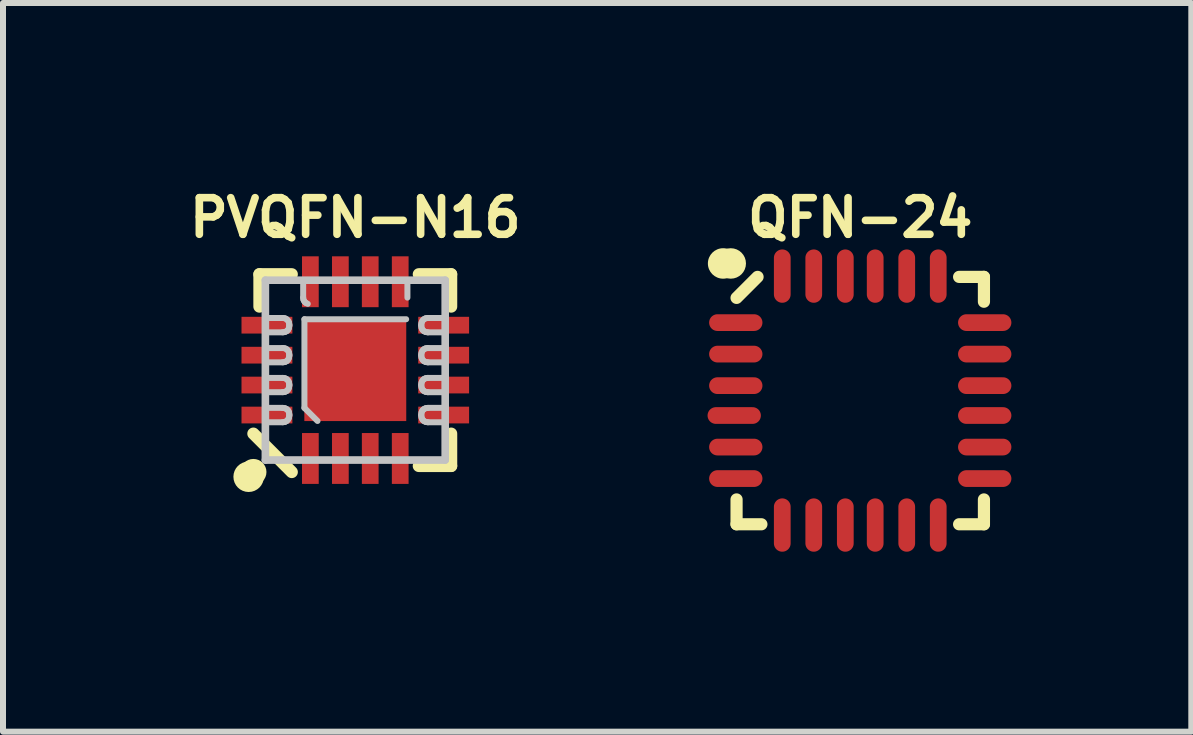
<source format=kicad_pcb>
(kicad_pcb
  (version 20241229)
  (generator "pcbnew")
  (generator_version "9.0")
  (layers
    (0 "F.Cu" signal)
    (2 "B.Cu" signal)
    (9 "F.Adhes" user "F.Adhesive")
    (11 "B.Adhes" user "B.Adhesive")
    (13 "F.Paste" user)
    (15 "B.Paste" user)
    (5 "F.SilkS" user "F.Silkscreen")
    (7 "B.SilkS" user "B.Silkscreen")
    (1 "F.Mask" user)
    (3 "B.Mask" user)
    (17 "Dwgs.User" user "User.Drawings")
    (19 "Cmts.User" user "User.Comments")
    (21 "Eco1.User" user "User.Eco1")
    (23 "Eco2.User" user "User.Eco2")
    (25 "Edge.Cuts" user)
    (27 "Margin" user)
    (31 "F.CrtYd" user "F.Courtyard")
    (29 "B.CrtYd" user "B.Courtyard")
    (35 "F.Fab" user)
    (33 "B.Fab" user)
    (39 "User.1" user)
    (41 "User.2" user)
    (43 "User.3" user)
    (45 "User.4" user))
  (footprint "QFN-24"
    (layer "F.Cu")
    (at 11.291 3.628)
    (property "Reference" "QFN-24" (at 0 -3.048 0) (layer "F.SilkS") (effects (font (size 0.61 0.61) (thickness 0.127))))
    (attr smd)
    (fp_line (start -2.062 2.062) (end -2.062 1.648) (stroke (width 0.203) (type solid)) (layer "F.SilkS"))
    (fp_line (start -1.712 -2.062) (end -2.062 -1.712) (stroke (width 0.203) (type solid)) (layer "F.SilkS"))
    (fp_line (start -1.648 2.062) (end -2.062 2.062) (stroke (width 0.203) (type solid)) (layer "F.SilkS"))
    (fp_line (start 1.648 2.062) (end 2.062 2.062) (stroke (width 0.203) (type solid)) (layer "F.SilkS"))
    (fp_line (start 2.062 -2.062) (end 1.648 -2.062) (stroke (width 0.203) (type solid)) (layer "F.SilkS"))
    (fp_line (start 2.062 -1.648) (end 2.062 -2.062) (stroke (width 0.203) (type solid)) (layer "F.SilkS"))
    (fp_line (start 2.062 1.648) (end 2.062 2.062) (stroke (width 0.203) (type solid)) (layer "F.SilkS"))
    (fp_circle (center -2.286 -2.286) (end -2.286 -2.54) (stroke (width 0) (type solid)) (fill yes) (layer "F.SilkS"))
    (fp_circle (center -2.159 -2.286) (end -2.032 -2.286) (stroke (width 0.254) (type solid)) (fill no) (layer "F.SilkS"))
    (pad "1" smd oval (at -2.075 -1.3 180) (size 0.889 0.279) (layers "F.Cu" "F.Mask" "F.Paste"))
    (pad "2" smd oval (at -2.075 -0.775 180) (size 0.889 0.279) (layers "F.Cu" "F.Mask" "F.Paste"))
    (pad "3" smd oval (at -2.075 -0.249 180) (size 0.889 0.279) (layers "F.Cu" "F.Mask" "F.Paste"))
    (pad "4" smd oval (at -2.101 0.249 180) (size 0.889 0.279) (layers "F.Cu" "F.Mask" "F.Paste"))
    (pad "5" smd oval (at -2.075 0.775 180) (size 0.889 0.279) (layers "F.Cu" "F.Mask" "F.Paste"))
    (pad "6" smd oval (at -2.075 1.3 180) (size 0.889 0.279) (layers "F.Cu" "F.Mask" "F.Paste"))
    (pad "7" smd oval (at -1.3 2.075 90) (size 0.889 0.279) (layers "F.Cu" "F.Mask" "F.Paste"))
    (pad "8" smd oval (at -0.775 2.075 90) (size 0.889 0.279) (layers "F.Cu" "F.Mask" "F.Paste"))
    (pad "9" smd oval (at -0.249 2.075 90) (size 0.889 0.279) (layers "F.Cu" "F.Mask" "F.Paste"))
    (pad "10" smd oval (at 0.249 2.075 90) (size 0.889 0.279) (layers "F.Cu" "F.Mask" "F.Paste"))
    (pad "11" smd oval (at 0.775 2.075 90) (size 0.889 0.279) (layers "F.Cu" "F.Mask" "F.Paste"))
    (pad "12" smd oval (at 1.3 2.075 90) (size 0.889 0.279) (layers "F.Cu" "F.Mask" "F.Paste"))
    (pad "13" smd oval (at 2.075 1.3) (size 0.889 0.279) (layers "F.Cu" "F.Mask" "F.Paste"))
    (pad "14" smd oval (at 2.075 0.775) (size 0.889 0.279) (layers "F.Cu" "F.Mask" "F.Paste"))
    (pad "15" smd oval (at 2.075 0.249) (size 0.889 0.279) (layers "F.Cu" "F.Mask" "F.Paste"))
    (pad "16" smd oval (at 2.075 -0.249) (size 0.889 0.279) (layers "F.Cu" "F.Mask" "F.Paste"))
    (pad "17" smd oval (at 2.075 -0.775) (size 0.889 0.279) (layers "F.Cu" "F.Mask" "F.Paste"))
    (pad "18" smd oval (at 2.075 -1.3) (size 0.889 0.279) (layers "F.Cu" "F.Mask" "F.Paste"))
    (pad "19" smd oval (at 1.3 -2.075 270) (size 0.889 0.279) (layers "F.Cu" "F.Mask" "F.Paste"))
    (pad "20" smd oval (at 0.775 -2.075 270) (size 0.889 0.279) (layers "F.Cu" "F.Mask" "F.Paste"))
    (pad "21" smd oval (at 0.249 -2.075 270) (size 0.889 0.279) (layers "F.Cu" "F.Mask" "F.Paste"))
    (pad "22" smd oval (at -0.249 -2.075 270) (size 0.889 0.279) (layers "F.Cu" "F.Mask" "F.Paste"))
    (pad "23" smd oval (at -0.775 -2.075 270) (size 0.889 0.279) (layers "F.Cu" "F.Mask" "F.Paste"))
    (pad "24" smd oval (at -1.3 -2.075 270) (size 0.889 0.279) (layers "F.Cu" "F.Mask" "F.Paste")))
  (footprint "PVQFN-N16"
    (layer "F.Cu")
    (at 2.873 3.12)
    (property "Reference" "PVQFN-N16" (at 0 -2.54 0) (layer "F.SilkS") (effects (font (size 0.61 0.61) (thickness 0.127))))
    (attr smd)
    (fp_line (start -1.699 1.059) (end -1.059 1.699) (stroke (width 0.203) (type solid)) (layer "F.SilkS"))
    (fp_line (start -1.598 -1.059) (end -1.598 -1.598) (stroke (width 0.203) (type solid)) (layer "F.SilkS"))
    (fp_line (start -1.059 -1.598) (end -1.598 -1.598) (stroke (width 0.203) (type solid)) (layer "F.SilkS"))
    (fp_line (start 1.059 -1.598) (end 1.598 -1.598) (stroke (width 0.203) (type solid)) (layer "F.SilkS"))
    (fp_line (start 1.059 1.598) (end 1.598 1.598) (stroke (width 0.203) (type solid)) (layer "F.SilkS"))
    (fp_line (start 1.598 -1.059) (end 1.598 -1.598) (stroke (width 0.203) (type solid)) (layer "F.SilkS"))
    (fp_line (start 1.598 1.059) (end 1.598 1.598) (stroke (width 0.203) (type solid)) (layer "F.SilkS"))
    (fp_circle (center -1.778 1.778) (end -1.651 1.778) (stroke (width 0.254) (type solid)) (fill no) (layer "F.SilkS"))
    (fp_circle (center -1.699 1.699) (end -1.699 1.481) (stroke (width 0) (type solid)) (fill yes) (layer "F.SilkS"))
    (fp_line (start -0.635 -0.635) (end -0.254 -0.635) (stroke (width 0.254) (type solid)) (layer "F.Paste"))
    (fp_line (start -0.635 -0.635) (end -0.254 -0.254) (stroke (width 0.254) (type solid)) (layer "F.Paste"))
    (fp_line (start -0.635 -0.254) (end -0.635 -0.635) (stroke (width 0.254) (type solid)) (layer "F.Paste"))
    (fp_line (start -0.635 0.254) (end -0.254 0.254) (stroke (width 0.254) (type solid)) (layer "F.Paste"))
    (fp_line (start -0.635 0.254) (end -0.254 0.635) (stroke (width 0.254) (type solid)) (layer "F.Paste"))
    (fp_line (start -0.635 0.635) (end -0.635 0.254) (stroke (width 0.254) (type solid)) (layer "F.Paste"))
    (fp_line (start -0.254 -0.635) (end -0.254 -0.254) (stroke (width 0.254) (type solid)) (layer "F.Paste"))
    (fp_line (start -0.254 -0.254) (end -0.635 -0.254) (stroke (width 0.254) (type solid)) (layer "F.Paste"))
    (fp_line (start -0.254 0.254) (end -0.254 0.635) (stroke (width 0.254) (type solid)) (layer "F.Paste"))
    (fp_line (start -0.254 0.635) (end -0.635 0.635) (stroke (width 0.254) (type solid)) (layer "F.Paste"))
    (fp_line (start 0.254 -0.635) (end 0.635 -0.635) (stroke (width 0.254) (type solid)) (layer "F.Paste"))
    (fp_line (start 0.254 -0.635) (end 0.635 -0.254) (stroke (width 0.254) (type solid)) (layer "F.Paste"))
    (fp_line (start 0.254 -0.254) (end 0.254 -0.635) (stroke (width 0.254) (type solid)) (layer "F.Paste"))
    (fp_line (start 0.254 0.254) (end 0.635 0.254) (stroke (width 0.254) (type solid)) (layer "F.Paste"))
    (fp_line (start 0.254 0.254) (end 0.635 0.635) (stroke (width 0.254) (type solid)) (layer "F.Paste"))
    (fp_line (start 0.254 0.635) (end 0.254 0.254) (stroke (width 0.254) (type solid)) (layer "F.Paste"))
    (fp_line (start 0.635 -0.635) (end 0.635 -0.254) (stroke (width 0.254) (type solid)) (layer "F.Paste"))
    (fp_line (start 0.635 -0.254) (end 0.254 -0.254) (stroke (width 0.254) (type solid)) (layer "F.Paste"))
    (fp_line (start 0.635 0.254) (end 0.635 0.635) (stroke (width 0.254) (type solid)) (layer "F.Paste"))
    (fp_line (start 0.635 0.635) (end 0.254 0.635) (stroke (width 0.254) (type solid)) (layer "F.Paste"))
    (fp_line (start -1.499 -1.499) (end -1.499 1.499) (stroke (width 0.127) (type solid)) (layer "Dwgs.User"))
    (fp_line (start -1.499 -0.63) (end -1.209 -0.63) (stroke (width 0.1) (type solid)) (layer "Dwgs.User"))
    (fp_line (start -1.499 -0.13) (end -1.209 -0.13) (stroke (width 0.1) (type solid)) (layer "Dwgs.User"))
    (fp_line (start -1.499 0.368) (end -1.209 0.368) (stroke (width 0.1) (type solid)) (layer "Dwgs.User"))
    (fp_line (start -1.499 0.63) (end -1.499 0.869) (stroke (width 0.1) (type solid)) (layer "Dwgs.User"))
    (fp_line (start -1.499 0.869) (end -1.209 0.869) (stroke (width 0.1) (type solid)) (layer "Dwgs.User"))
    (fp_line (start -1.499 1.499) (end 1.499 1.499) (stroke (width 0.127) (type solid)) (layer "Dwgs.User"))
    (fp_line (start -1.209 -0.869) (end -1.499 -0.869) (stroke (width 0.1) (type solid)) (layer "Dwgs.User"))
    (fp_line (start -1.209 -0.63) (end -1.173 -0.635) (stroke (width 0.1) (type solid)) (layer "Dwgs.User"))
    (fp_line (start -1.209 -0.368) (end -1.499 -0.368) (stroke (width 0.1) (type solid)) (layer "Dwgs.User"))
    (fp_line (start -1.209 -0.13) (end -1.173 -0.135) (stroke (width 0.1) (type solid)) (layer "Dwgs.User"))
    (fp_line (start -1.209 0.13) (end -1.499 0.13) (stroke (width 0.1) (type solid)) (layer "Dwgs.User"))
    (fp_line (start -1.209 0.368) (end -1.173 0.363) (stroke (width 0.1) (type solid)) (layer "Dwgs.User"))
    (fp_line (start -1.209 0.63) (end -1.499 0.63) (stroke (width 0.1) (type solid)) (layer "Dwgs.User"))
    (fp_line (start -1.209 0.869) (end -1.173 0.864) (stroke (width 0.1) (type solid)) (layer "Dwgs.User"))
    (fp_line (start -1.173 -0.864) (end -1.209 -0.869) (stroke (width 0.1) (type solid)) (layer "Dwgs.User"))
    (fp_line (start -1.173 -0.635) (end -1.143 -0.65) (stroke (width 0.1) (type solid)) (layer "Dwgs.User"))
    (fp_line (start -1.173 -0.363) (end -1.209 -0.368) (stroke (width 0.1) (type solid)) (layer "Dwgs.User"))
    (fp_line (start -1.173 -0.135) (end -1.143 -0.15) (stroke (width 0.1) (type solid)) (layer "Dwgs.User"))
    (fp_line (start -1.173 0.135) (end -1.209 0.13) (stroke (width 0.1) (type solid)) (layer "Dwgs.User"))
    (fp_line (start -1.173 0.363) (end -1.143 0.348) (stroke (width 0.1) (type solid)) (layer "Dwgs.User"))
    (fp_line (start -1.173 0.635) (end -1.209 0.63) (stroke (width 0.1) (type solid)) (layer "Dwgs.User"))
    (fp_line (start -1.173 0.864) (end -1.143 0.848) (stroke (width 0.1) (type solid)) (layer "Dwgs.User"))
    (fp_line (start -1.143 -0.848) (end -1.173 -0.864) (stroke (width 0.1) (type solid)) (layer "Dwgs.User"))
    (fp_line (start -1.143 -0.65) (end -1.12 -0.673) (stroke (width 0.1) (type solid)) (layer "Dwgs.User"))
    (fp_line (start -1.143 -0.348) (end -1.173 -0.363) (stroke (width 0.1) (type solid)) (layer "Dwgs.User"))
    (fp_line (start -1.143 -0.15) (end -1.12 -0.175) (stroke (width 0.1) (type solid)) (layer "Dwgs.User"))
    (fp_line (start -1.143 0.15) (end -1.173 0.135) (stroke (width 0.1) (type solid)) (layer "Dwgs.User"))
    (fp_line (start -1.143 0.348) (end -1.12 0.323) (stroke (width 0.1) (type solid)) (layer "Dwgs.User"))
    (fp_line (start -1.143 0.65) (end -1.173 0.635) (stroke (width 0.1) (type solid)) (layer "Dwgs.User"))
    (fp_line (start -1.143 0.848) (end -1.12 0.823) (stroke (width 0.1) (type solid)) (layer "Dwgs.User"))
    (fp_line (start -1.12 -0.823) (end -1.143 -0.848) (stroke (width 0.1) (type solid)) (layer "Dwgs.User"))
    (fp_line (start -1.12 -0.673) (end -1.105 -0.704) (stroke (width 0.1) (type solid)) (layer "Dwgs.User"))
    (fp_line (start -1.12 -0.323) (end -1.143 -0.348) (stroke (width 0.1) (type solid)) (layer "Dwgs.User"))
    (fp_line (start -1.12 -0.175) (end -1.105 -0.206) (stroke (width 0.1) (type solid)) (layer "Dwgs.User"))
    (fp_line (start -1.12 0.175) (end -1.143 0.15) (stroke (width 0.1) (type solid)) (layer "Dwgs.User"))
    (fp_line (start -1.12 0.323) (end -1.105 0.292) (stroke (width 0.1) (type solid)) (layer "Dwgs.User"))
    (fp_line (start -1.12 0.673) (end -1.143 0.65) (stroke (width 0.1) (type solid)) (layer "Dwgs.User"))
    (fp_line (start -1.12 0.823) (end -1.105 0.792) (stroke (width 0.1) (type solid)) (layer "Dwgs.User"))
    (fp_line (start -1.105 -0.792) (end -1.12 -0.823) (stroke (width 0.1) (type solid)) (layer "Dwgs.User"))
    (fp_line (start -1.105 -0.704) (end -1.1 -0.739) (stroke (width 0.1) (type solid)) (layer "Dwgs.User"))
    (fp_line (start -1.105 -0.292) (end -1.12 -0.323) (stroke (width 0.1) (type solid)) (layer "Dwgs.User"))
    (fp_line (start -1.105 -0.206) (end -1.1 -0.239) (stroke (width 0.1) (type solid)) (layer "Dwgs.User"))
    (fp_line (start -1.105 0.206) (end -1.12 0.175) (stroke (width 0.1) (type solid)) (layer "Dwgs.User"))
    (fp_line (start -1.105 0.292) (end -1.1 0.259) (stroke (width 0.1) (type solid)) (layer "Dwgs.User"))
    (fp_line (start -1.105 0.704) (end -1.12 0.673) (stroke (width 0.1) (type solid)) (layer "Dwgs.User"))
    (fp_line (start -1.105 0.792) (end -1.1 0.759) (stroke (width 0.1) (type solid)) (layer "Dwgs.User"))
    (fp_line (start -1.1 -0.759) (end -1.105 -0.792) (stroke (width 0.1) (type solid)) (layer "Dwgs.User"))
    (fp_line (start -1.1 -0.739) (end -1.1 -0.759) (stroke (width 0.1) (type solid)) (layer "Dwgs.User"))
    (fp_line (start -1.1 -0.259) (end -1.105 -0.292) (stroke (width 0.1) (type solid)) (layer "Dwgs.User"))
    (fp_line (start -1.1 -0.239) (end -1.1 -0.259) (stroke (width 0.1) (type solid)) (layer "Dwgs.User"))
    (fp_line (start -1.1 0.239) (end -1.105 0.206) (stroke (width 0.1) (type solid)) (layer "Dwgs.User"))
    (fp_line (start -1.1 0.259) (end -1.1 0.239) (stroke (width 0.1) (type solid)) (layer "Dwgs.User"))
    (fp_line (start -1.1 0.739) (end -1.105 0.704) (stroke (width 0.1) (type solid)) (layer "Dwgs.User"))
    (fp_line (start -1.1 0.759) (end -1.1 0.739) (stroke (width 0.1) (type solid)) (layer "Dwgs.User"))
    (fp_line (start -0.869 -1.499) (end -0.869 -1.209) (stroke (width 0.1) (type solid)) (layer "Dwgs.User"))
    (fp_line (start -0.869 -1.209) (end -0.864 -1.173) (stroke (width 0.1) (type solid)) (layer "Dwgs.User"))
    (fp_line (start -0.864 -1.173) (end -0.848 -1.143) (stroke (width 0.1) (type solid)) (layer "Dwgs.User"))
    (fp_line (start -0.848 -1.143) (end -0.823 -1.12) (stroke (width 0.1) (type solid)) (layer "Dwgs.User"))
    (fp_line (start -0.848 -0.848) (end -0.848 0.63) (stroke (width 0.1) (type solid)) (layer "Dwgs.User"))
    (fp_line (start -0.848 0.63) (end -0.63 0.848) (stroke (width 0.1) (type solid)) (layer "Dwgs.User"))
    (fp_line (start -0.823 -1.12) (end -0.792 -1.105) (stroke (width 0.1) (type solid)) (layer "Dwgs.User"))
    (fp_line (start -0.63 -1.499) (end -0.869 -1.499) (stroke (width 0.1) (type solid)) (layer "Dwgs.User"))
    (fp_line (start 0.848 -0.848) (end -0.848 -0.848) (stroke (width 0.1) (type solid)) (layer "Dwgs.User"))
    (fp_line (start 0.869 -1.499) (end 0.63 -1.499) (stroke (width 0.1) (type solid)) (layer "Dwgs.User"))
    (fp_line (start 0.869 -1.209) (end 0.869 -1.499) (stroke (width 0.1) (type solid)) (layer "Dwgs.User"))
    (fp_line (start 1.1 -0.759) (end 1.1 -0.739) (stroke (width 0.1) (type solid)) (layer "Dwgs.User"))
    (fp_line (start 1.1 -0.739) (end 1.105 -0.704) (stroke (width 0.1) (type solid)) (layer "Dwgs.User"))
    (fp_line (start 1.1 -0.259) (end 1.1 -0.239) (stroke (width 0.1) (type solid)) (layer "Dwgs.User"))
    (fp_line (start 1.1 -0.239) (end 1.105 -0.206) (stroke (width 0.1) (type solid)) (layer "Dwgs.User"))
    (fp_line (start 1.1 0.239) (end 1.1 0.259) (stroke (width 0.1) (type solid)) (layer "Dwgs.User"))
    (fp_line (start 1.1 0.259) (end 1.105 0.292) (stroke (width 0.1) (type solid)) (layer "Dwgs.User"))
    (fp_line (start 1.1 0.739) (end 1.1 0.759) (stroke (width 0.1) (type solid)) (layer "Dwgs.User"))
    (fp_line (start 1.1 0.759) (end 1.105 0.792) (stroke (width 0.1) (type solid)) (layer "Dwgs.User"))
    (fp_line (start 1.105 -0.792) (end 1.1 -0.759) (stroke (width 0.1) (type solid)) (layer "Dwgs.User"))
    (fp_line (start 1.105 -0.704) (end 1.12 -0.673) (stroke (width 0.1) (type solid)) (layer "Dwgs.User"))
    (fp_line (start 1.105 -0.292) (end 1.1 -0.259) (stroke (width 0.1) (type solid)) (layer "Dwgs.User"))
    (fp_line (start 1.105 -0.206) (end 1.12 -0.175) (stroke (width 0.1) (type solid)) (layer "Dwgs.User"))
    (fp_line (start 1.105 0.206) (end 1.1 0.239) (stroke (width 0.1) (type solid)) (layer "Dwgs.User"))
    (fp_line (start 1.105 0.292) (end 1.12 0.323) (stroke (width 0.1) (type solid)) (layer "Dwgs.User"))
    (fp_line (start 1.105 0.704) (end 1.1 0.739) (stroke (width 0.1) (type solid)) (layer "Dwgs.User"))
    (fp_line (start 1.105 0.792) (end 1.12 0.823) (stroke (width 0.1) (type solid)) (layer "Dwgs.User"))
    (fp_line (start 1.12 -0.823) (end 1.105 -0.792) (stroke (width 0.1) (type solid)) (layer "Dwgs.User"))
    (fp_line (start 1.12 -0.673) (end 1.143 -0.65) (stroke (width 0.1) (type solid)) (layer "Dwgs.User"))
    (fp_line (start 1.12 -0.323) (end 1.105 -0.292) (stroke (width 0.1) (type solid)) (layer "Dwgs.User"))
    (fp_line (start 1.12 -0.175) (end 1.143 -0.15) (stroke (width 0.1) (type solid)) (layer "Dwgs.User"))
    (fp_line (start 1.12 0.175) (end 1.105 0.206) (stroke (width 0.1) (type solid)) (layer "Dwgs.User"))
    (fp_line (start 1.12 0.323) (end 1.143 0.348) (stroke (width 0.1) (type solid)) (layer "Dwgs.User"))
    (fp_line (start 1.12 0.673) (end 1.105 0.704) (stroke (width 0.1) (type solid)) (layer "Dwgs.User"))
    (fp_line (start 1.12 0.823) (end 1.143 0.848) (stroke (width 0.1) (type solid)) (layer "Dwgs.User"))
    (fp_line (start 1.143 -0.848) (end 1.12 -0.823) (stroke (width 0.1) (type solid)) (layer "Dwgs.User"))
    (fp_line (start 1.143 -0.65) (end 1.173 -0.635) (stroke (width 0.1) (type solid)) (layer "Dwgs.User"))
    (fp_line (start 1.143 -0.348) (end 1.12 -0.323) (stroke (width 0.1) (type solid)) (layer "Dwgs.User"))
    (fp_line (start 1.143 -0.15) (end 1.173 -0.135) (stroke (width 0.1) (type solid)) (layer "Dwgs.User"))
    (fp_line (start 1.143 0.15) (end 1.12 0.175) (stroke (width 0.1) (type solid)) (layer "Dwgs.User"))
    (fp_line (start 1.143 0.348) (end 1.173 0.363) (stroke (width 0.1) (type solid)) (layer "Dwgs.User"))
    (fp_line (start 1.143 0.65) (end 1.12 0.673) (stroke (width 0.1) (type solid)) (layer "Dwgs.User"))
    (fp_line (start 1.143 0.848) (end 1.173 0.864) (stroke (width 0.1) (type solid)) (layer "Dwgs.User"))
    (fp_line (start 1.173 -0.864) (end 1.143 -0.848) (stroke (width 0.1) (type solid)) (layer "Dwgs.User"))
    (fp_line (start 1.173 -0.635) (end 1.209 -0.63) (stroke (width 0.1) (type solid)) (layer "Dwgs.User"))
    (fp_line (start 1.173 -0.363) (end 1.143 -0.348) (stroke (width 0.1) (type solid)) (layer "Dwgs.User"))
    (fp_line (start 1.173 -0.135) (end 1.209 -0.13) (stroke (width 0.1) (type solid)) (layer "Dwgs.User"))
    (fp_line (start 1.173 0.135) (end 1.143 0.15) (stroke (width 0.1) (type solid)) (layer "Dwgs.User"))
    (fp_line (start 1.173 0.363) (end 1.209 0.368) (stroke (width 0.1) (type solid)) (layer "Dwgs.User"))
    (fp_line (start 1.173 0.635) (end 1.143 0.65) (stroke (width 0.1) (type solid)) (layer "Dwgs.User"))
    (fp_line (start 1.173 0.864) (end 1.209 0.869) (stroke (width 0.1) (type solid)) (layer "Dwgs.User"))
    (fp_line (start 1.209 -0.869) (end 1.173 -0.864) (stroke (width 0.1) (type solid)) (layer "Dwgs.User"))
    (fp_line (start 1.209 -0.63) (end 1.499 -0.63) (stroke (width 0.1) (type solid)) (layer "Dwgs.User"))
    (fp_line (start 1.209 -0.368) (end 1.173 -0.363) (stroke (width 0.1) (type solid)) (layer "Dwgs.User"))
    (fp_line (start 1.209 -0.13) (end 1.499 -0.13) (stroke (width 0.1) (type solid)) (layer "Dwgs.User"))
    (fp_line (start 1.209 0.13) (end 1.173 0.135) (stroke (width 0.1) (type solid)) (layer "Dwgs.User"))
    (fp_line (start 1.209 0.368) (end 1.499 0.368) (stroke (width 0.1) (type solid)) (layer "Dwgs.User"))
    (fp_line (start 1.209 0.63) (end 1.173 0.635) (stroke (width 0.1) (type solid)) (layer "Dwgs.User"))
    (fp_line (start 1.209 0.869) (end 1.499 0.869) (stroke (width 0.1) (type solid)) (layer "Dwgs.User"))
    (fp_line (start 1.499 -1.499) (end -1.499 -1.499) (stroke (width 0.127) (type solid)) (layer "Dwgs.User"))
    (fp_line (start 1.499 -0.869) (end 1.209 -0.869) (stroke (width 0.1) (type solid)) (layer "Dwgs.User"))
    (fp_line (start 1.499 -0.63) (end 1.499 -0.869) (stroke (width 0.1) (type solid)) (layer "Dwgs.User"))
    (fp_line (start 1.499 -0.368) (end 1.209 -0.368) (stroke (width 0.1) (type solid)) (layer "Dwgs.User"))
    (fp_line (start 1.499 0.13) (end 1.209 0.13) (stroke (width 0.1) (type solid)) (layer "Dwgs.User"))
    (fp_line (start 1.499 0.63) (end 1.209 0.63) (stroke (width 0.1) (type solid)) (layer "Dwgs.User"))
    (fp_line (start 1.499 0.869) (end 1.499 0.63) (stroke (width 0.1) (type solid)) (layer "Dwgs.User"))
    (fp_line (start 1.499 1.499) (end 1.499 -1.499) (stroke (width 0.127) (type solid)) (layer "Dwgs.User"))
    (pad "1" smd rect (at -0.749 1.473) (size 0.279 0.848) (layers "F.Cu" "F.Mask" "F.Paste"))
    (pad "2" smd rect (at -0.249 1.473) (size 0.279 0.848) (layers "F.Cu" "F.Mask" "F.Paste"))
    (pad "3" smd rect (at 0.249 1.473) (size 0.279 0.848) (layers "F.Cu" "F.Mask" "F.Paste"))
    (pad "4" smd rect (at 0.749 1.473) (size 0.279 0.848) (layers "F.Cu" "F.Mask" "F.Paste"))
    (pad "5" smd rect (at 1.473 0.749 90) (size 0.279 0.848) (layers "F.Cu" "F.Mask" "F.Paste"))
    (pad "6" smd rect (at 1.473 0.249 90) (size 0.279 0.848) (layers "F.Cu" "F.Mask" "F.Paste"))
    (pad "7" smd rect (at 1.473 -0.249 90) (size 0.279 0.848) (layers "F.Cu" "F.Mask" "F.Paste"))
    (pad "8" smd rect (at 1.473 -0.749 90) (size 0.279 0.848) (layers "F.Cu" "F.Mask" "F.Paste"))
    (pad "9" smd rect (at 0.749 -1.473 180) (size 0.279 0.848) (layers "F.Cu" "F.Mask" "F.Paste"))
    (pad "10" smd rect (at 0.249 -1.473 180) (size 0.279 0.848) (layers "F.Cu" "F.Mask" "F.Paste"))
    (pad "11" smd rect (at -0.249 -1.473 180) (size 0.279 0.848) (layers "F.Cu" "F.Mask" "F.Paste"))
    (pad "12" smd rect (at -0.749 -1.473 180) (size 0.279 0.848) (layers "F.Cu" "F.Mask" "F.Paste"))
    (pad "13" smd rect (at -1.473 -0.749 270) (size 0.279 0.848) (layers "F.Cu" "F.Mask" "F.Paste"))
    (pad "14" smd rect (at -1.473 -0.249 270) (size 0.279 0.848) (layers "F.Cu" "F.Mask" "F.Paste"))
    (pad "15" smd rect (at -1.473 0.249 270) (size 0.279 0.848) (layers "F.Cu" "F.Mask" "F.Paste"))
    (pad "16" smd rect (at -1.473 0.749 270) (size 0.279 0.848) (layers "F.Cu" "F.Mask" "F.Paste"))
    (pad "EP" smd rect (at 0 0) (size 1.699 1.699) (layers "F.Cu" "F.Mask" "F.Paste")))
  (gr_rect
    (start -3 -3)
    (end 16.81 9.147)
    (stroke (width 0.1) (type default))
    (fill no)
    (layer "Edge.Cuts")))
</source>
